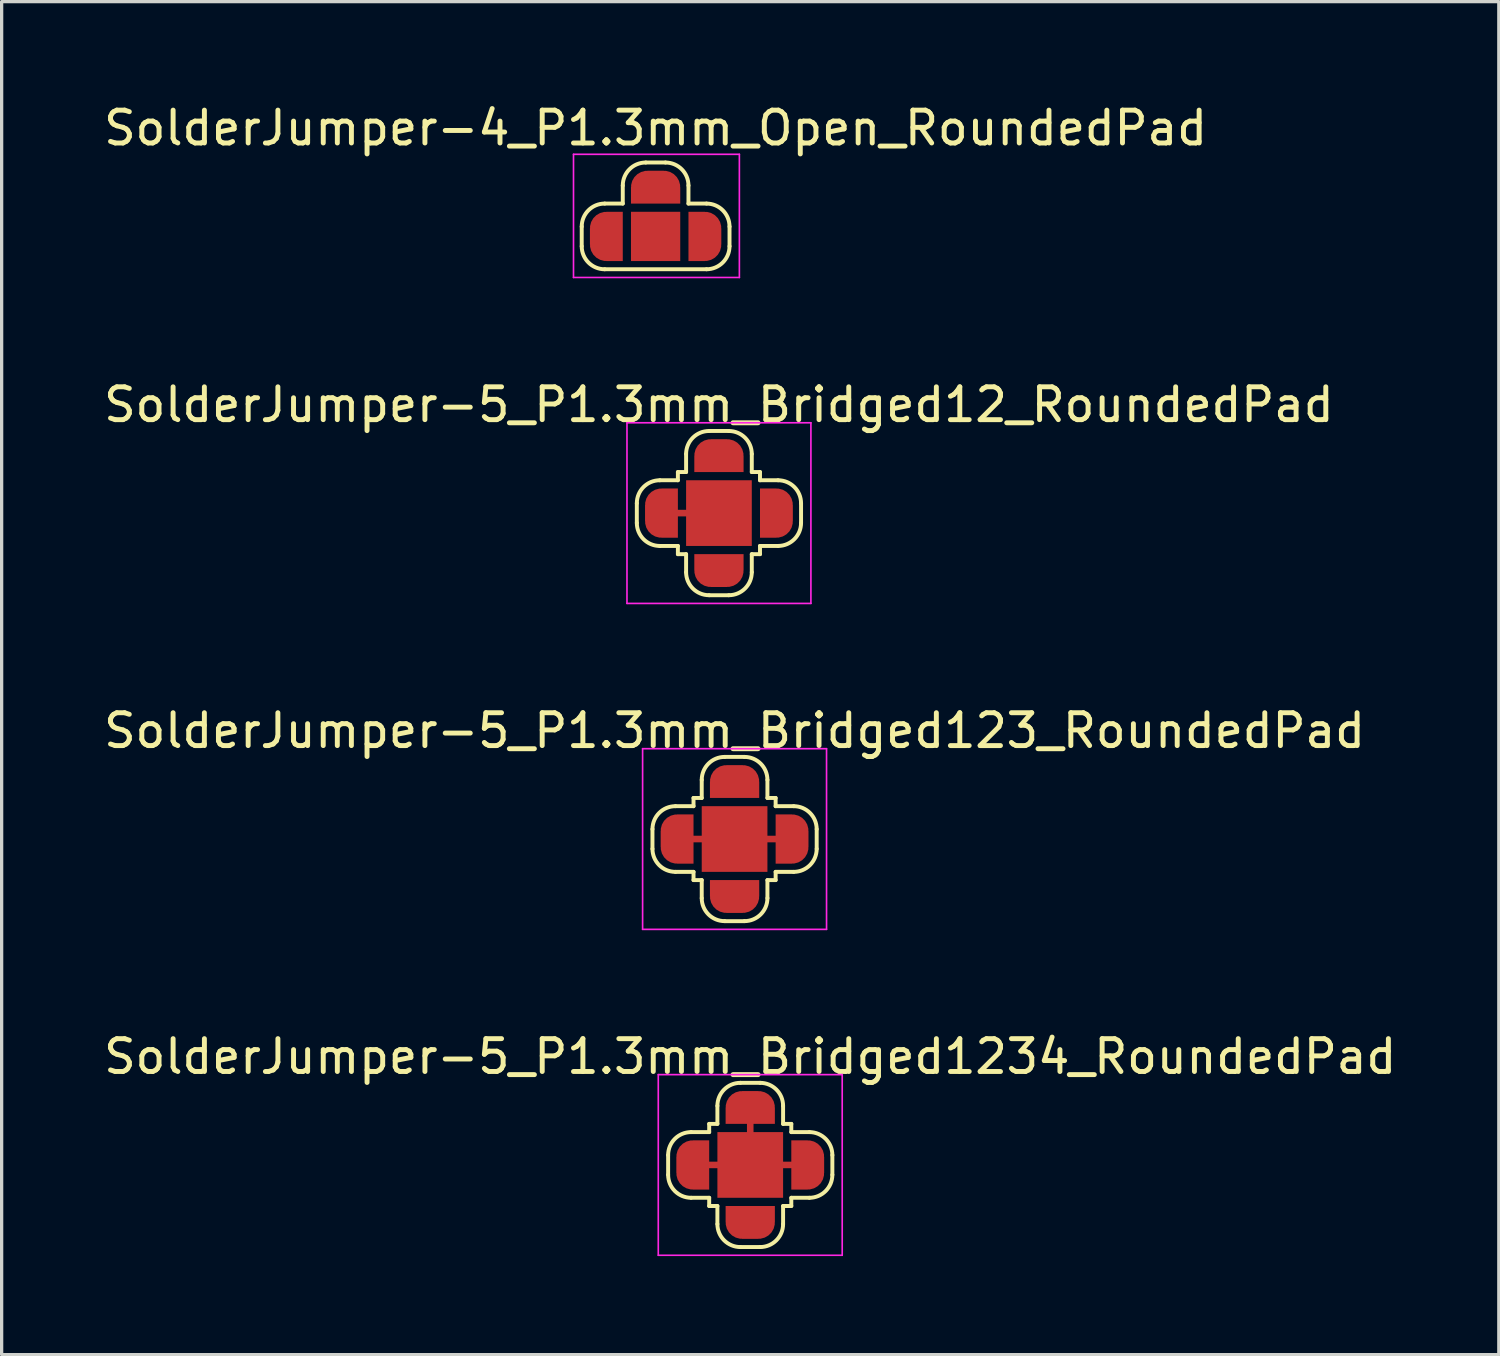
<source format=kicad_pcb>
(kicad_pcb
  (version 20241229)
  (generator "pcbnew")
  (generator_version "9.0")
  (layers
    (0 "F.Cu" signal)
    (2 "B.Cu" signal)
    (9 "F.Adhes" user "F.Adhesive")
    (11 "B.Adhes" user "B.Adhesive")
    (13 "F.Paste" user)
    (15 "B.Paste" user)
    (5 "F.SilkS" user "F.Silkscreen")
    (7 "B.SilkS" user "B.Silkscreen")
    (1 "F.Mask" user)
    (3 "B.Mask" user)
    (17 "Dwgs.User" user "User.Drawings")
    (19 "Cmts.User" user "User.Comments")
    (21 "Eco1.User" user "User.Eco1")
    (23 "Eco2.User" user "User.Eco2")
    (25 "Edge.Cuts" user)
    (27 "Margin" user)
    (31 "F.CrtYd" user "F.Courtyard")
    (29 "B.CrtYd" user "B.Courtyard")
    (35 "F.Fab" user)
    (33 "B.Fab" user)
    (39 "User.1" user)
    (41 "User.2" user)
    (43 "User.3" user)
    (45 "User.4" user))
  (footprint "SolderJumper-5_P1.3mm_Bridged123_RoundedPad"
    (layer "F.Cu")
    (at 19.315 22.495)
    (property "Reference" "SolderJumper-5_P1.3mm_Bridged123_RoundedPad" (at 0 -3.3 0) (layer "F.SilkS") (effects (font (size 1 1) (thickness 0.15))))
    (attr exclude_from_pos_files exclude_from_bom)
    (fp_line (start -1.75 0) (end 0 0) (stroke (width 0.2) (type default)) (layer "F.Cu"))
    (fp_line (start 0 0) (end 1.75 0) (stroke (width 0.2) (type default)) (layer "F.Cu"))
    (fp_line (start -2.5 0.3) (end -2.5 -0.3) (stroke (width 0.12) (type solid)) (layer "F.SilkS"))
    (fp_line (start -1.8 -1) (end -1.25 -1) (stroke (width 0.12) (type solid)) (layer "F.SilkS"))
    (fp_line (start -1.25 -1.25) (end -1.25 -1) (stroke (width 0.12) (type solid)) (layer "F.SilkS"))
    (fp_line (start -1.25 1) (end -1.8 1) (stroke (width 0.12) (type solid)) (layer "F.SilkS"))
    (fp_line (start -1.25 1) (end -1.25 1.25) (stroke (width 0.12) (type solid)) (layer "F.SilkS"))
    (fp_line (start -1.25 1.25) (end -1 1.25) (stroke (width 0.12) (type solid)) (layer "F.SilkS"))
    (fp_line (start -1 -1.8) (end -1 -1.25) (stroke (width 0.12) (type solid)) (layer "F.SilkS"))
    (fp_line (start -1 -1.25) (end -1.25 -1.25) (stroke (width 0.12) (type solid)) (layer "F.SilkS"))
    (fp_line (start -1 1.8) (end -1 1.25) (stroke (width 0.12) (type solid)) (layer "F.SilkS"))
    (fp_line (start -0.3 -2.5) (end 0.3 -2.5) (stroke (width 0.12) (type solid)) (layer "F.SilkS"))
    (fp_line (start 0.3 2.5) (end -0.3 2.5) (stroke (width 0.12) (type solid)) (layer "F.SilkS"))
    (fp_line (start 1 -1.8) (end 1 -1.25) (stroke (width 0.12) (type solid)) (layer "F.SilkS"))
    (fp_line (start 1 1.25) (end 1.25 1.25) (stroke (width 0.12) (type solid)) (layer "F.SilkS"))
    (fp_line (start 1 1.8) (end 1 1.25) (stroke (width 0.12) (type solid)) (layer "F.SilkS"))
    (fp_line (start 1.25 -1.25) (end 1 -1.25) (stroke (width 0.12) (type solid)) (layer "F.SilkS"))
    (fp_line (start 1.25 -1) (end 1.25 -1.25) (stroke (width 0.12) (type solid)) (layer "F.SilkS"))
    (fp_line (start 1.25 -1) (end 1.8 -1) (stroke (width 0.12) (type solid)) (layer "F.SilkS"))
    (fp_line (start 1.25 1.25) (end 1.25 1) (stroke (width 0.12) (type solid)) (layer "F.SilkS"))
    (fp_line (start 1.8 1) (end 1.25 1) (stroke (width 0.12) (type solid)) (layer "F.SilkS"))
    (fp_line (start 2.5 -0.3) (end 2.5 0.3) (stroke (width 0.12) (type solid)) (layer "F.SilkS"))
    (fp_arc (start -2.5 -0.3) (mid -2.294975 -0.794975) (end -1.8 -1) (stroke (width 0.12) (type solid)) (layer "F.SilkS"))
    (fp_arc (start -1.8 1) (mid -2.294975 0.794975) (end -2.5 0.3) (stroke (width 0.12) (type solid)) (layer "F.SilkS"))
    (fp_arc (start -1 -1.8) (mid -0.794976 -2.294976) (end -0.3 -2.5) (stroke (width 0.12) (type solid)) (layer "F.SilkS"))
    (fp_arc (start -0.3 2.5) (mid -0.794975 2.294975) (end -1 1.8) (stroke (width 0.12) (type solid)) (layer "F.SilkS"))
    (fp_arc (start 0.3 -2.5) (mid 0.794975 -2.294975) (end 1 -1.8) (stroke (width 0.12) (type solid)) (layer "F.SilkS"))
    (fp_arc (start 1 1.8) (mid 0.794976 2.294976) (end 0.3 2.5) (stroke (width 0.12) (type solid)) (layer "F.SilkS"))
    (fp_arc (start 1.8 -1) (mid 2.294975 -0.794975) (end 2.5 -0.3) (stroke (width 0.12) (type solid)) (layer "F.SilkS"))
    (fp_arc (start 2.5 0.3) (mid 2.294975 0.794975) (end 1.8 1) (stroke (width 0.12) (type solid)) (layer "F.SilkS"))
    (fp_line (start -2.8 -2.75) (end -2.8 2.75) (stroke (width 0.05) (type solid)) (layer "F.CrtYd"))
    (fp_line (start -2.8 -2.75) (end 2.8 -2.75) (stroke (width 0.05) (type solid)) (layer "F.CrtYd"))
    (fp_line (start 2.8 2.75) (end -2.8 2.75) (stroke (width 0.05) (type solid)) (layer "F.CrtYd"))
    (fp_line (start 2.8 2.75) (end 2.8 -2.75) (stroke (width 0.05) (type solid)) (layer "F.CrtYd"))
    (pad "1" smd custom (at -1.75 0) (size 1 0.5) (layers "F.Cu" "F.Mask") (options (anchor rect)) (primitives (gr_circle (center 0 0.25) (end 0.5 0.25) (width 0) (fill yes)) (gr_circle (center 0 -0.25) (end 0.5 -0.25) (width 0) (fill yes)) (gr_poly (pts (xy 0.5 0.75) (xy 0 0.75) (xy 0 -0.75) (xy 0.5 -0.75)) (width 0) (fill yes))))
    (pad "2" smd rect (at 0 0) (size 2 2) (layers "F.Cu" "F.Mask"))
    (pad "3" smd custom (at 1.75 0 180) (size 1 0.5) (layers "F.Cu" "F.Mask") (options (anchor rect)) (primitives (gr_circle (center 0 0.25) (end 0.5 0.25) (width 0) (fill yes)) (gr_circle (center 0 -0.25) (end 0.5 -0.25) (width 0) (fill yes)) (gr_poly (pts (xy 0.5 0.75) (xy 0 0.75) (xy 0 -0.75) (xy 0.5 -0.75)) (width 0) (fill yes))))
    (pad "4" smd custom (at 0 -1.75 270) (size 1 0.5) (layers "F.Cu" "F.Mask") (options (anchor rect)) (primitives (gr_circle (center 0 0.25) (end 0.5 0.25) (width 0) (fill yes)) (gr_circle (center 0 -0.25) (end 0.5 -0.25) (width 0) (fill yes)) (gr_poly (pts (xy 0.5 0.75) (xy 0 0.75) (xy 0 -0.75) (xy 0.5 -0.75)) (width 0) (fill yes))))
    (pad "5" smd custom (at 0 1.75 90) (size 1 0.5) (layers "F.Cu" "F.Mask") (options (anchor rect)) (primitives (gr_circle (center 0 0.25) (end 0.5 0.25) (width 0) (fill yes)) (gr_circle (center 0 -0.25) (end 0.5 -0.25) (width 0) (fill yes)) (gr_poly (pts (xy 0.5 0.75) (xy 0 0.75) (xy 0 -0.75) (xy 0.5 -0.75)) (width 0) (fill yes)))))
  (footprint "SolderJumper-5_P1.3mm_Bridged1234_RoundedPad"
    (layer "F.Cu")
    (at 19.792 32.418)
    (property "Reference" "SolderJumper-5_P1.3mm_Bridged1234_RoundedPad" (at 0 -3.3 0) (layer "F.SilkS") (effects (font (size 1 1) (thickness 0.15))))
    (attr exclude_from_pos_files exclude_from_bom)
    (fp_line (start -1.75 0) (end 0 0) (stroke (width 0.2) (type default)) (layer "F.Cu"))
    (fp_line (start 0 0) (end 0 -1.75) (stroke (width 0.2) (type default)) (layer "F.Cu"))
    (fp_line (start 0 0) (end 1.75 0) (stroke (width 0.2) (type default)) (layer "F.Cu"))
    (fp_line (start -2.5 0.3) (end -2.5 -0.3) (stroke (width 0.12) (type solid)) (layer "F.SilkS"))
    (fp_line (start -1.8 -1) (end -1.25 -1) (stroke (width 0.12) (type solid)) (layer "F.SilkS"))
    (fp_line (start -1.25 -1.25) (end -1.25 -1) (stroke (width 0.12) (type solid)) (layer "F.SilkS"))
    (fp_line (start -1.25 1) (end -1.8 1) (stroke (width 0.12) (type solid)) (layer "F.SilkS"))
    (fp_line (start -1.25 1) (end -1.25 1.25) (stroke (width 0.12) (type solid)) (layer "F.SilkS"))
    (fp_line (start -1.25 1.25) (end -1 1.25) (stroke (width 0.12) (type solid)) (layer "F.SilkS"))
    (fp_line (start -1 -1.8) (end -1 -1.25) (stroke (width 0.12) (type solid)) (layer "F.SilkS"))
    (fp_line (start -1 -1.25) (end -1.25 -1.25) (stroke (width 0.12) (type solid)) (layer "F.SilkS"))
    (fp_line (start -1 1.8) (end -1 1.25) (stroke (width 0.12) (type solid)) (layer "F.SilkS"))
    (fp_line (start -0.3 -2.5) (end 0.3 -2.5) (stroke (width 0.12) (type solid)) (layer "F.SilkS"))
    (fp_line (start 0.3 2.5) (end -0.3 2.5) (stroke (width 0.12) (type solid)) (layer "F.SilkS"))
    (fp_line (start 1 -1.8) (end 1 -1.25) (stroke (width 0.12) (type solid)) (layer "F.SilkS"))
    (fp_line (start 1 1.25) (end 1.25 1.25) (stroke (width 0.12) (type solid)) (layer "F.SilkS"))
    (fp_line (start 1 1.8) (end 1 1.25) (stroke (width 0.12) (type solid)) (layer "F.SilkS"))
    (fp_line (start 1.25 -1.25) (end 1 -1.25) (stroke (width 0.12) (type solid)) (layer "F.SilkS"))
    (fp_line (start 1.25 -1) (end 1.25 -1.25) (stroke (width 0.12) (type solid)) (layer "F.SilkS"))
    (fp_line (start 1.25 -1) (end 1.8 -1) (stroke (width 0.12) (type solid)) (layer "F.SilkS"))
    (fp_line (start 1.25 1.25) (end 1.25 1) (stroke (width 0.12) (type solid)) (layer "F.SilkS"))
    (fp_line (start 1.8 1) (end 1.25 1) (stroke (width 0.12) (type solid)) (layer "F.SilkS"))
    (fp_line (start 2.5 -0.3) (end 2.5 0.3) (stroke (width 0.12) (type solid)) (layer "F.SilkS"))
    (fp_arc (start -2.5 -0.3) (mid -2.294975 -0.794975) (end -1.8 -1) (stroke (width 0.12) (type solid)) (layer "F.SilkS"))
    (fp_arc (start -1.8 1) (mid -2.294975 0.794975) (end -2.5 0.3) (stroke (width 0.12) (type solid)) (layer "F.SilkS"))
    (fp_arc (start -1 -1.8) (mid -0.794976 -2.294976) (end -0.3 -2.5) (stroke (width 0.12) (type solid)) (layer "F.SilkS"))
    (fp_arc (start -0.3 2.5) (mid -0.794975 2.294975) (end -1 1.8) (stroke (width 0.12) (type solid)) (layer "F.SilkS"))
    (fp_arc (start 0.3 -2.5) (mid 0.794975 -2.294975) (end 1 -1.8) (stroke (width 0.12) (type solid)) (layer "F.SilkS"))
    (fp_arc (start 1 1.8) (mid 0.794976 2.294976) (end 0.3 2.5) (stroke (width 0.12) (type solid)) (layer "F.SilkS"))
    (fp_arc (start 1.8 -1) (mid 2.294975 -0.794975) (end 2.5 -0.3) (stroke (width 0.12) (type solid)) (layer "F.SilkS"))
    (fp_arc (start 2.5 0.3) (mid 2.294975 0.794975) (end 1.8 1) (stroke (width 0.12) (type solid)) (layer "F.SilkS"))
    (fp_line (start -2.8 -2.75) (end -2.8 2.75) (stroke (width 0.05) (type solid)) (layer "F.CrtYd"))
    (fp_line (start -2.8 -2.75) (end 2.8 -2.75) (stroke (width 0.05) (type solid)) (layer "F.CrtYd"))
    (fp_line (start 2.8 2.75) (end -2.8 2.75) (stroke (width 0.05) (type solid)) (layer "F.CrtYd"))
    (fp_line (start 2.8 2.75) (end 2.8 -2.75) (stroke (width 0.05) (type solid)) (layer "F.CrtYd"))
    (pad "1" smd custom (at -1.75 0) (size 1 0.5) (layers "F.Cu" "F.Mask") (options (anchor rect)) (primitives (gr_circle (center 0 0.25) (end 0.5 0.25) (width 0) (fill yes)) (gr_circle (center 0 -0.25) (end 0.5 -0.25) (width 0) (fill yes)) (gr_poly (pts (xy 0.5 0.75) (xy 0 0.75) (xy 0 -0.75) (xy 0.5 -0.75)) (width 0) (fill yes))))
    (pad "2" smd rect (at 0 0) (size 2 2) (layers "F.Cu" "F.Mask"))
    (pad "3" smd custom (at 1.75 0 180) (size 1 0.5) (layers "F.Cu" "F.Mask") (options (anchor rect)) (primitives (gr_circle (center 0 0.25) (end 0.5 0.25) (width 0) (fill yes)) (gr_circle (center 0 -0.25) (end 0.5 -0.25) (width 0) (fill yes)) (gr_poly (pts (xy 0.5 0.75) (xy 0 0.75) (xy 0 -0.75) (xy 0.5 -0.75)) (width 0) (fill yes))))
    (pad "4" smd custom (at 0 -1.75 270) (size 1 0.5) (layers "F.Cu" "F.Mask") (options (anchor rect)) (primitives (gr_circle (center 0 0.25) (end 0.5 0.25) (width 0) (fill yes)) (gr_circle (center 0 -0.25) (end 0.5 -0.25) (width 0) (fill yes)) (gr_poly (pts (xy 0.5 0.75) (xy 0 0.75) (xy 0 -0.75) (xy 0.5 -0.75)) (width 0) (fill yes))))
    (pad "5" smd custom (at 0 1.75 90) (size 1 0.5) (layers "F.Cu" "F.Mask") (options (anchor rect)) (primitives (gr_circle (center 0 0.25) (end 0.5 0.25) (width 0) (fill yes)) (gr_circle (center 0 -0.25) (end 0.5 -0.25) (width 0) (fill yes)) (gr_poly (pts (xy 0.5 0.75) (xy 0 0.75) (xy 0 -0.75) (xy 0.5 -0.75)) (width 0) (fill yes)))))
  (footprint "SolderJumper-4_P1.3mm_Open_RoundedPad"
    (layer "F.Cu")
    (at 16.911 4.148)
    (property "Reference" "SolderJumper-4_P1.3mm_Open_RoundedPad" (at 0 -3.3 0) (layer "F.SilkS") (effects (font (size 1 1) (thickness 0.15))))
    (attr exclude_from_pos_files exclude_from_bom)
    (fp_line (start -2.25 0.3) (end -2.25 -0.3) (stroke (width 0.12) (type solid)) (layer "F.SilkS"))
    (fp_line (start -1.55 -1) (end -1 -1) (stroke (width 0.12) (type solid)) (layer "F.SilkS"))
    (fp_line (start -1 -1.55) (end -1 -1) (stroke (width 0.12) (type solid)) (layer "F.SilkS"))
    (fp_line (start -0.3 -2.25) (end 0.3 -2.25) (stroke (width 0.12) (type solid)) (layer "F.SilkS"))
    (fp_line (start 1 -1.55) (end 1 -1) (stroke (width 0.12) (type solid)) (layer "F.SilkS"))
    (fp_line (start 1 -1) (end 1.55 -1) (stroke (width 0.12) (type solid)) (layer "F.SilkS"))
    (fp_line (start 1.55 1) (end -1.55 1) (stroke (width 0.12) (type solid)) (layer "F.SilkS"))
    (fp_line (start 2.25 -0.3) (end 2.25 0.3) (stroke (width 0.12) (type solid)) (layer "F.SilkS"))
    (fp_arc (start -2.25 -0.3) (mid -2.044975 -0.794975) (end -1.55 -1) (stroke (width 0.12) (type solid)) (layer "F.SilkS"))
    (fp_arc (start -1.55 1) (mid -2.044975 0.794975) (end -2.25 0.3) (stroke (width 0.12) (type solid)) (layer "F.SilkS"))
    (fp_arc (start -1 -1.55) (mid -0.794975 -2.044976) (end -0.3 -2.25) (stroke (width 0.12) (type solid)) (layer "F.SilkS"))
    (fp_arc (start 0.3 -2.25) (mid 0.794975 -2.044975) (end 1 -1.55) (stroke (width 0.12) (type solid)) (layer "F.SilkS"))
    (fp_arc (start 1.55 -1) (mid 2.044975 -0.794975) (end 2.25 -0.3) (stroke (width 0.12) (type solid)) (layer "F.SilkS"))
    (fp_arc (start 2.25 0.3) (mid 2.044975 0.794975) (end 1.55 1) (stroke (width 0.12) (type solid)) (layer "F.SilkS"))
    (fp_line (start -2.5 -2.5) (end -2.5 1.25) (stroke (width 0.05) (type solid)) (layer "F.CrtYd"))
    (fp_line (start -2.5 -2.5) (end 2.55 -2.5) (stroke (width 0.05) (type solid)) (layer "F.CrtYd"))
    (fp_line (start 2.55 1.25) (end -2.5 1.25) (stroke (width 0.05) (type solid)) (layer "F.CrtYd"))
    (fp_line (start 2.55 1.25) (end 2.55 -2.5) (stroke (width 0.05) (type solid)) (layer "F.CrtYd"))
    (pad "1" smd custom (at -1.5 0) (size 1 0.5) (layers "F.Cu" "F.Mask") (options (anchor rect)) (primitives (gr_circle (center 0 0.25) (end 0.5 0.25) (width 0) (fill yes)) (gr_circle (center 0 -0.25) (end 0.5 -0.25) (width 0) (fill yes)) (gr_poly (pts (xy 0.5 0.75) (xy 0 0.75) (xy 0 -0.75) (xy 0.5 -0.75)) (width 0) (fill yes))))
    (pad "2" smd rect (at 0 0) (size 1.5 1.5) (layers "F.Cu" "F.Mask"))
    (pad "3" smd custom (at 1.5 0 180) (size 1 0.5) (layers "F.Cu" "F.Mask") (options (anchor rect)) (primitives (gr_circle (center 0 0.25) (end 0.5 0.25) (width 0) (fill yes)) (gr_circle (center 0 -0.25) (end 0.5 -0.25) (width 0) (fill yes)) (gr_poly (pts (xy 0.5 0.75) (xy 0 0.75) (xy 0 -0.75) (xy 0.5 -0.75)) (width 0) (fill yes))))
    (pad "4" smd custom (at 0 -1.5 270) (size 1 0.5) (layers "F.Cu" "F.Mask") (options (anchor rect)) (primitives (gr_circle (center 0 0.25) (end 0.5 0.25) (width 0) (fill yes)) (gr_circle (center 0 -0.25) (end 0.5 -0.25) (width 0) (fill yes)) (gr_poly (pts (xy 0.5 0.75) (xy 0 0.75) (xy 0 -0.75) (xy 0.5 -0.75)) (width 0) (fill yes)))))
  (footprint "SolderJumper-5_P1.3mm_Bridged12_RoundedPad"
    (layer "F.Cu")
    (at 18.839 12.572)
    (property "Reference" "SolderJumper-5_P1.3mm_Bridged12_RoundedPad" (at 0 -3.3 0) (layer "F.SilkS") (effects (font (size 1 1) (thickness 0.15))))
    (attr exclude_from_pos_files exclude_from_bom)
    (fp_line (start 0 0) (end -1.75 0) (stroke (width 0.2) (type default)) (layer "F.Cu"))
    (fp_line (start -2.5 0.3) (end -2.5 -0.3) (stroke (width 0.12) (type solid)) (layer "F.SilkS"))
    (fp_line (start -1.8 -1) (end -1.25 -1) (stroke (width 0.12) (type solid)) (layer "F.SilkS"))
    (fp_line (start -1.25 -1.25) (end -1.25 -1) (stroke (width 0.12) (type solid)) (layer "F.SilkS"))
    (fp_line (start -1.25 1) (end -1.8 1) (stroke (width 0.12) (type solid)) (layer "F.SilkS"))
    (fp_line (start -1.25 1) (end -1.25 1.25) (stroke (width 0.12) (type solid)) (layer "F.SilkS"))
    (fp_line (start -1.25 1.25) (end -1 1.25) (stroke (width 0.12) (type solid)) (layer "F.SilkS"))
    (fp_line (start -1 -1.8) (end -1 -1.25) (stroke (width 0.12) (type solid)) (layer "F.SilkS"))
    (fp_line (start -1 -1.25) (end -1.25 -1.25) (stroke (width 0.12) (type solid)) (layer "F.SilkS"))
    (fp_line (start -1 1.8) (end -1 1.25) (stroke (width 0.12) (type solid)) (layer "F.SilkS"))
    (fp_line (start -0.3 -2.5) (end 0.3 -2.5) (stroke (width 0.12) (type solid)) (layer "F.SilkS"))
    (fp_line (start 0.3 2.5) (end -0.3 2.5) (stroke (width 0.12) (type solid)) (layer "F.SilkS"))
    (fp_line (start 1 -1.8) (end 1 -1.25) (stroke (width 0.12) (type solid)) (layer "F.SilkS"))
    (fp_line (start 1 1.25) (end 1.25 1.25) (stroke (width 0.12) (type solid)) (layer "F.SilkS"))
    (fp_line (start 1 1.8) (end 1 1.25) (stroke (width 0.12) (type solid)) (layer "F.SilkS"))
    (fp_line (start 1.25 -1.25) (end 1 -1.25) (stroke (width 0.12) (type solid)) (layer "F.SilkS"))
    (fp_line (start 1.25 -1) (end 1.25 -1.25) (stroke (width 0.12) (type solid)) (layer "F.SilkS"))
    (fp_line (start 1.25 -1) (end 1.8 -1) (stroke (width 0.12) (type solid)) (layer "F.SilkS"))
    (fp_line (start 1.25 1.25) (end 1.25 1) (stroke (width 0.12) (type solid)) (layer "F.SilkS"))
    (fp_line (start 1.8 1) (end 1.25 1) (stroke (width 0.12) (type solid)) (layer "F.SilkS"))
    (fp_line (start 2.5 -0.3) (end 2.5 0.3) (stroke (width 0.12) (type solid)) (layer "F.SilkS"))
    (fp_arc (start -2.5 -0.3) (mid -2.294975 -0.794975) (end -1.8 -1) (stroke (width 0.12) (type solid)) (layer "F.SilkS"))
    (fp_arc (start -1.8 1) (mid -2.294975 0.794975) (end -2.5 0.3) (stroke (width 0.12) (type solid)) (layer "F.SilkS"))
    (fp_arc (start -1 -1.8) (mid -0.794976 -2.294976) (end -0.3 -2.5) (stroke (width 0.12) (type solid)) (layer "F.SilkS"))
    (fp_arc (start -0.3 2.5) (mid -0.794975 2.294975) (end -1 1.8) (stroke (width 0.12) (type solid)) (layer "F.SilkS"))
    (fp_arc (start 0.3 -2.5) (mid 0.794975 -2.294975) (end 1 -1.8) (stroke (width 0.12) (type solid)) (layer "F.SilkS"))
    (fp_arc (start 1 1.8) (mid 0.794976 2.294976) (end 0.3 2.5) (stroke (width 0.12) (type solid)) (layer "F.SilkS"))
    (fp_arc (start 1.8 -1) (mid 2.294975 -0.794975) (end 2.5 -0.3) (stroke (width 0.12) (type solid)) (layer "F.SilkS"))
    (fp_arc (start 2.5 0.3) (mid 2.294975 0.794975) (end 1.8 1) (stroke (width 0.12) (type solid)) (layer "F.SilkS"))
    (fp_line (start -2.8 -2.75) (end -2.8 2.75) (stroke (width 0.05) (type solid)) (layer "F.CrtYd"))
    (fp_line (start -2.8 -2.75) (end 2.8 -2.75) (stroke (width 0.05) (type solid)) (layer "F.CrtYd"))
    (fp_line (start 2.8 2.75) (end -2.8 2.75) (stroke (width 0.05) (type solid)) (layer "F.CrtYd"))
    (fp_line (start 2.8 2.75) (end 2.8 -2.75) (stroke (width 0.05) (type solid)) (layer "F.CrtYd"))
    (pad "1" smd custom (at -1.75 0) (size 1 0.5) (layers "F.Cu" "F.Mask") (options (anchor rect)) (primitives (gr_circle (center 0 0.25) (end 0.5 0.25) (width 0) (fill yes)) (gr_circle (center 0 -0.25) (end 0.5 -0.25) (width 0) (fill yes)) (gr_poly (pts (xy 0.5 0.75) (xy 0 0.75) (xy 0 -0.75) (xy 0.5 -0.75)) (width 0) (fill yes))))
    (pad "2" smd rect (at 0 0) (size 2 2) (layers "F.Cu" "F.Mask"))
    (pad "3" smd custom (at 1.75 0 180) (size 1 0.5) (layers "F.Cu" "F.Mask") (options (anchor rect)) (primitives (gr_circle (center 0 0.25) (end 0.5 0.25) (width 0) (fill yes)) (gr_circle (center 0 -0.25) (end 0.5 -0.25) (width 0) (fill yes)) (gr_poly (pts (xy 0.5 0.75) (xy 0 0.75) (xy 0 -0.75) (xy 0.5 -0.75)) (width 0) (fill yes))))
    (pad "4" smd custom (at 0 -1.75 270) (size 1 0.5) (layers "F.Cu" "F.Mask") (options (anchor rect)) (primitives (gr_circle (center 0 0.25) (end 0.5 0.25) (width 0) (fill yes)) (gr_circle (center 0 -0.25) (end 0.5 -0.25) (width 0) (fill yes)) (gr_poly (pts (xy 0.5 0.75) (xy 0 0.75) (xy 0 -0.75) (xy 0.5 -0.75)) (width 0) (fill yes))))
    (pad "5" smd custom (at 0 1.75 90) (size 1 0.5) (layers "F.Cu" "F.Mask") (options (anchor rect)) (primitives (gr_circle (center 0 0.25) (end 0.5 0.25) (width 0) (fill yes)) (gr_circle (center 0 -0.25) (end 0.5 -0.25) (width 0) (fill yes)) (gr_poly (pts (xy 0.5 0.75) (xy 0 0.75) (xy 0 -0.75) (xy 0.5 -0.75)) (width 0) (fill yes)))))
  (gr_rect
    (start -3 -3)
    (end 42.583 38.193)
    (stroke (width 0.1) (type default))
    (fill no)
    (layer "Edge.Cuts")))
</source>
